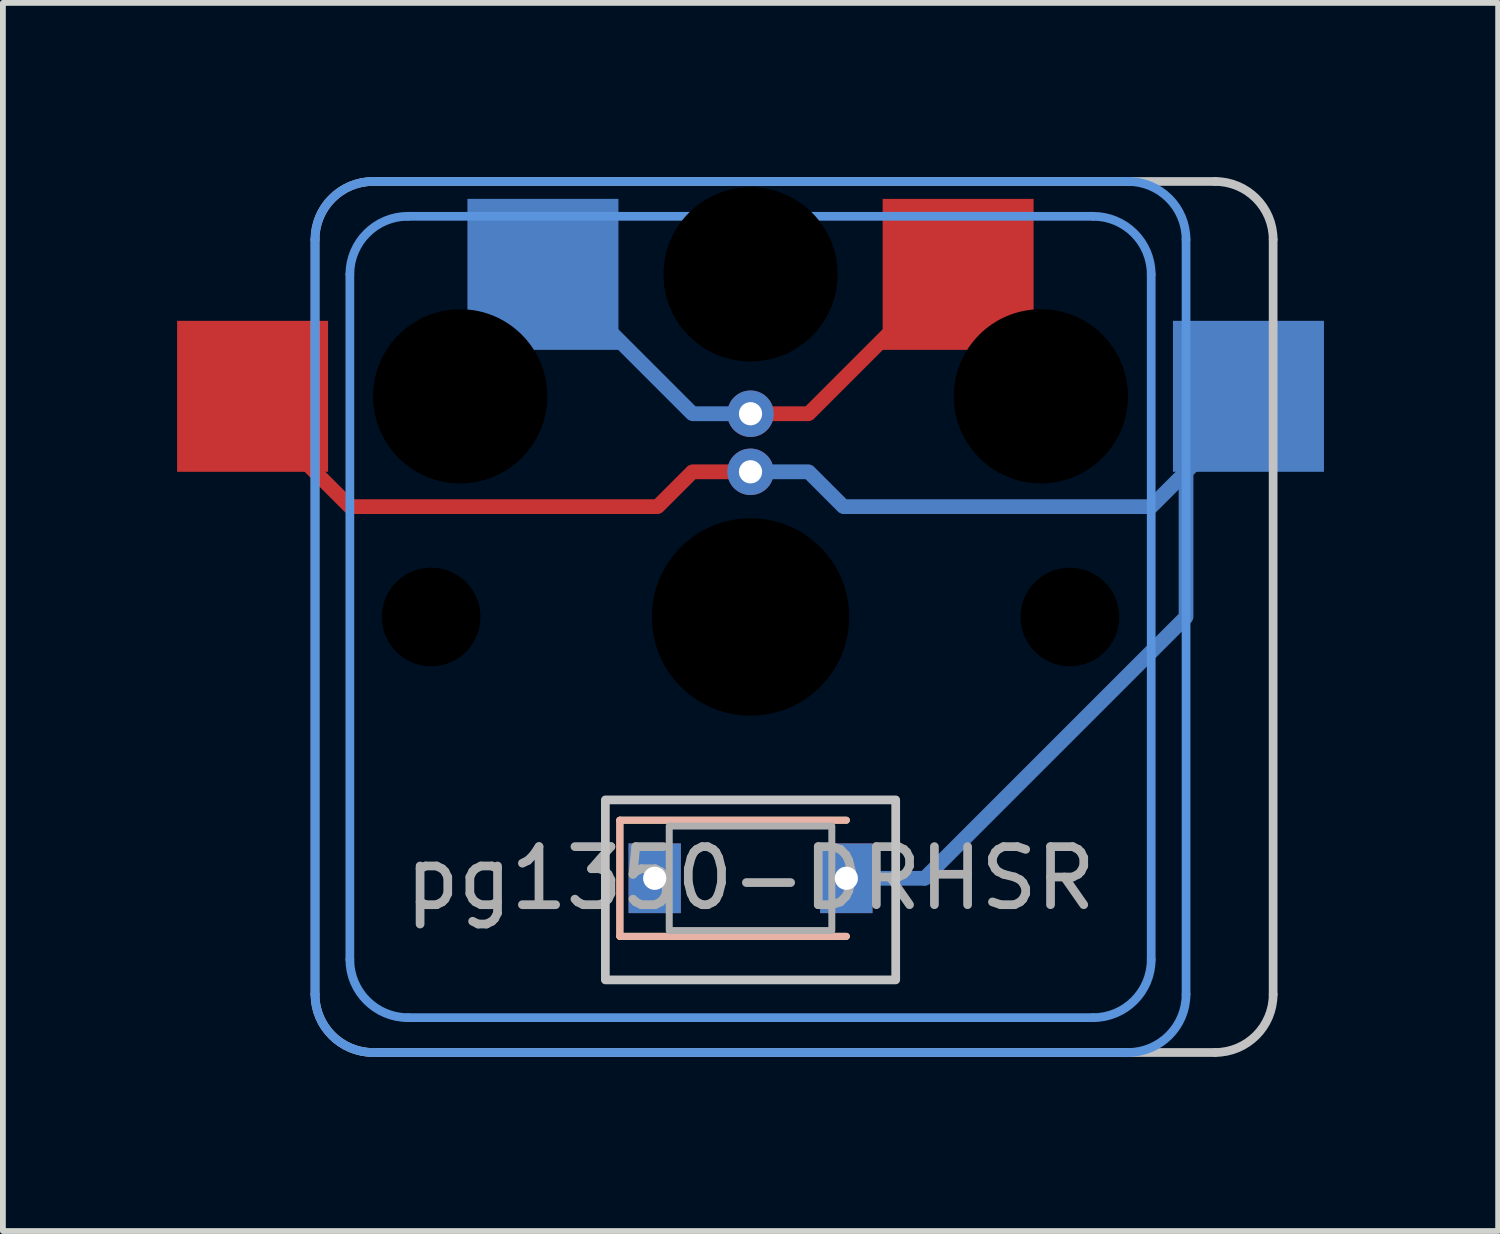
<source format=kicad_pcb>
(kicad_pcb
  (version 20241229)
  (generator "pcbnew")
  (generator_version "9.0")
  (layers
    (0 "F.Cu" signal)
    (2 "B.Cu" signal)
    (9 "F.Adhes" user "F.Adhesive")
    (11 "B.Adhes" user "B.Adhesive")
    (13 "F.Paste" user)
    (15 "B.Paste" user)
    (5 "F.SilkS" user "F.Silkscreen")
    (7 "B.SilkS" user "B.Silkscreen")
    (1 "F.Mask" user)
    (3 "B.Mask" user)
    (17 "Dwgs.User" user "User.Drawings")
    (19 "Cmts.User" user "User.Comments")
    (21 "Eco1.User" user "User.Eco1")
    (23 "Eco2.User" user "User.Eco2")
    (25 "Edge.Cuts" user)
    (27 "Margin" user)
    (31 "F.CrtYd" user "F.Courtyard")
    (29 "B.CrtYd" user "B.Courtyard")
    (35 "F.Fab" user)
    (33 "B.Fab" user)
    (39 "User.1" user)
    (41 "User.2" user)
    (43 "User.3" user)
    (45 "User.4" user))
  (footprint "pg1350-DRHSR"
    (layer "F.Cu")
    (at 9.875 12.075)
    (property "Reference" "pg1350-DRHSR" (at 0 0 0) (layer "F.Fab") (effects (font (size 1 1) (thickness 0.15))))
    (attr smd)
    (fp_line (start -2.25 -1) (end -2.25 1) (stroke (width 0.12) (type solid)) (layer "F.SilkS"))
    (fp_line (start -2.25 1) (end 1.65 1) (stroke (width 0.12) (type solid)) (layer "F.SilkS"))
    (fp_line (start 1.65 -1) (end -2.25 -1) (stroke (width 0.12) (type solid)) (layer "F.SilkS"))
    (fp_line (start -2.25 -1) (end -2.25 1) (stroke (width 0.12) (type solid)) (layer "B.SilkS"))
    (fp_line (start -2.25 1) (end 1.65 1) (stroke (width 0.12) (type solid)) (layer "B.SilkS"))
    (fp_line (start 1.65 -1) (end -2.25 -1) (stroke (width 0.12) (type solid)) (layer "B.SilkS"))
    (fp_line (start -7.5 2) (end -7.5 -11) (stroke (width 0.15) (type solid)) (layer "Dwgs.User"))
    (fp_line (start -6.5 -12) (end 8 -12) (stroke (width 0.15) (type solid)) (layer "Dwgs.User"))
    (fp_line (start 8 3) (end -6.5 3) (stroke (width 0.15) (type solid)) (layer "Dwgs.User"))
    (fp_line (start 9 -11) (end 9 2) (stroke (width 0.15) (type solid)) (layer "Dwgs.User"))
    (fp_rect (start 2.5 1.75) (end -2.5 -1.35) (stroke (width 0.15) (type solid)) (fill no) (layer "Dwgs.User"))
    (fp_arc (start -7.5 -11) (mid -7.207107 -11.707107) (end -6.5 -12) (stroke (width 0.15) (type solid)) (layer "Dwgs.User"))
    (fp_arc (start -6.5 3) (mid -7.207107 2.707107) (end -7.5 2) (stroke (width 0.15) (type solid)) (layer "Dwgs.User"))
    (fp_arc (start 8 -12) (mid 8.707107 -11.707107) (end 9 -11) (stroke (width 0.15) (type solid)) (layer "Dwgs.User"))
    (fp_arc (start 9 2) (mid 8.707107 2.707107) (end 8 3) (stroke (width 0.15) (type solid)) (layer "Dwgs.User"))
    (fp_line (start -7.5 2) (end -7.5 -11) (stroke (width 0.15) (type solid)) (layer "Cmts.User"))
    (fp_line (start -6.9 1.4) (end -6.9 -10.4) (stroke (width 0.15) (type solid)) (layer "Cmts.User"))
    (fp_line (start -6.5 -12) (end 6.5 -12) (stroke (width 0.15) (type solid)) (layer "Cmts.User"))
    (fp_line (start -5.9 -11.4) (end 5.9 -11.4) (stroke (width 0.15) (type solid)) (layer "Cmts.User"))
    (fp_line (start 5.9 2.4) (end -5.9 2.4) (stroke (width 0.15) (type solid)) (layer "Cmts.User"))
    (fp_line (start 6.5 3) (end -6.5 3) (stroke (width 0.15) (type solid)) (layer "Cmts.User"))
    (fp_line (start 6.9 -10.4) (end 6.9 1.4) (stroke (width 0.15) (type solid)) (layer "Cmts.User"))
    (fp_line (start 7.5 -11) (end 7.5 2) (stroke (width 0.15) (type solid)) (layer "Cmts.User"))
    (fp_arc (start -7.5 -11) (mid -7.207107 -11.707107) (end -6.5 -12) (stroke (width 0.15) (type solid)) (layer "Cmts.User"))
    (fp_arc (start -6.9 -10.4) (mid -6.607107 -11.107107) (end -5.9 -11.4) (stroke (width 0.15) (type solid)) (layer "Cmts.User"))
    (fp_arc (start -6.5 3) (mid -7.207107 2.707107) (end -7.5 2) (stroke (width 0.15) (type solid)) (layer "Cmts.User"))
    (fp_arc (start -5.9 2.4) (mid -6.607107 2.107107) (end -6.9 1.4) (stroke (width 0.15) (type solid)) (layer "Cmts.User"))
    (fp_arc (start 5.9 -11.4) (mid 6.607107 -11.107107) (end 6.9 -10.4) (stroke (width 0.15) (type solid)) (layer "Cmts.User"))
    (fp_arc (start 6.5 -12) (mid 7.207107 -11.707107) (end 7.5 -11) (stroke (width 0.15) (type solid)) (layer "Cmts.User"))
    (fp_arc (start 6.9 1.4) (mid 6.607107 2.107107) (end 5.9 2.4) (stroke (width 0.15) (type solid)) (layer "Cmts.User"))
    (fp_arc (start 7.5 2) (mid 7.207107 2.707107) (end 6.5 3) (stroke (width 0.15) (type solid)) (layer "Cmts.User"))
    (fp_rect (start 1.4 0.9) (end -1.4 -0.9) (stroke (width 0.12) (type solid)) (fill no) (layer "F.Fab"))
    (pad "" np_thru_hole circle (at -5.5 -4.5) (size 1.7 1.7) (drill 1.7) (layers "*.Mask"))
    (pad "" np_thru_hole circle (at -5 -8.3) (size 3 3) (drill 3) (layers "*.Mask"))
    (pad "" np_thru_hole circle (at 0 -10.4) (size 3 3) (drill 3) (layers "*.Mask"))
    (pad "" thru_hole circle (at 0 -8) (size 0.8 0.8) (drill 0.4) (layers "*.Cu"))
    (pad "" thru_hole circle (at 0 -7) (size 0.8 0.8) (drill 0.4) (layers "*.Cu"))
    (pad "" np_thru_hole circle (at 0 -4.5) (size 3.4 3.4) (drill 3.4) (layers "*.Mask"))
    (pad "" np_thru_hole circle (at 5 -8.3) (size 3 3) (drill 3) (layers "*.Mask"))
    (pad "" np_thru_hole circle (at 5.5 -4.5) (size 1.7 1.7) (drill 1.7) (layers "*.Mask"))
    (pad "1" smd rect (at -3.575 -10.4) (size 2.6 2.6) (layers "B.Cu" "B.Mask"))
    (pad "1" smd custom (at 0 -8) (size 0.254 0.254) (layers "F.Cu") (options (anchor circle)) (primitives (gr_line (start 0 0) (end 1 0) (width 0.254)) (gr_line (start 1 0) (end 2.5 -1.5) (width 0.254))))
    (pad "1" smd custom (at 0 -8) (size 0.254 0.254) (layers "B.Cu") (options (anchor circle)) (primitives (gr_line (start 0 0) (end -1 0) (width 0.254)) (gr_line (start -1 0) (end -2.5 -1.5) (width 0.254))))
    (pad "1" smd rect (at 3.575 -10.4) (size 2.6 2.6) (layers "F.Cu" "F.Mask"))
    (pad "2" thru_hole rect (at -1.65 0) (size 0.9 1.2) (drill 0.4) (layers "*.Cu" "*.Mask"))
    (pad "3" smd rect (at -8.575 -8.3) (size 2.6 2.6) (layers "F.Cu" "F.Mask"))
    (pad "3" smd custom (at 0 -7) (size 0.254 0.254) (layers "F.Cu") (options (anchor circle)) (primitives (gr_line (start 0 0) (end -1 0) (width 0.254)) (gr_line (start -1 0) (end -1.6 0.6) (width 0.254)) (gr_line (start -1.6 0.6) (end -6.9 0.6) (width 0.254)) (gr_line (start -6.9 0.6) (end -8 -0.5) (width 0.254))))
    (pad "3" smd custom (at 0 -7) (size 0.254 0.254) (layers "B.Cu") (options (anchor circle)) (primitives (gr_line (start 0 0) (end 1 0) (width 0.254)) (gr_line (start 1 0) (end 1.6 0.6) (width 0.254)) (gr_line (start 1.6 0.6) (end 6.9 0.6) (width 0.254)) (gr_line (start 6.9 0.6) (end 8 -0.5) (width 0.254))))
    (pad "3" thru_hole rect (at 1.65 0) (size 0.9 1.2) (drill 0.4) (layers "*.Cu" "*.Mask"))
    (pad "3" smd oval (at 2.325 0) (size 1.604 0.254) (layers "B.Cu"))
    (pad "3" smd custom (at 3 0) (size 0.254 0.254) (layers "B.Cu") (options (anchor circle)) (primitives (gr_line (start 0 0) (end 4.5 -4.5) (width 0.254)) (gr_line (start 4.5 -4.5) (end 4.5 -8.3) (width 0.254))))
    (pad "3" smd rect (at 8.575 -8.3) (size 2.6 2.6) (layers "B.Cu" "B.Mask")))
  (gr_rect
    (start -3 -3)
    (end 22.75 18.15)
    (stroke (width 0.1) (type default))
    (fill no)
    (layer "Edge.Cuts")))
</source>
